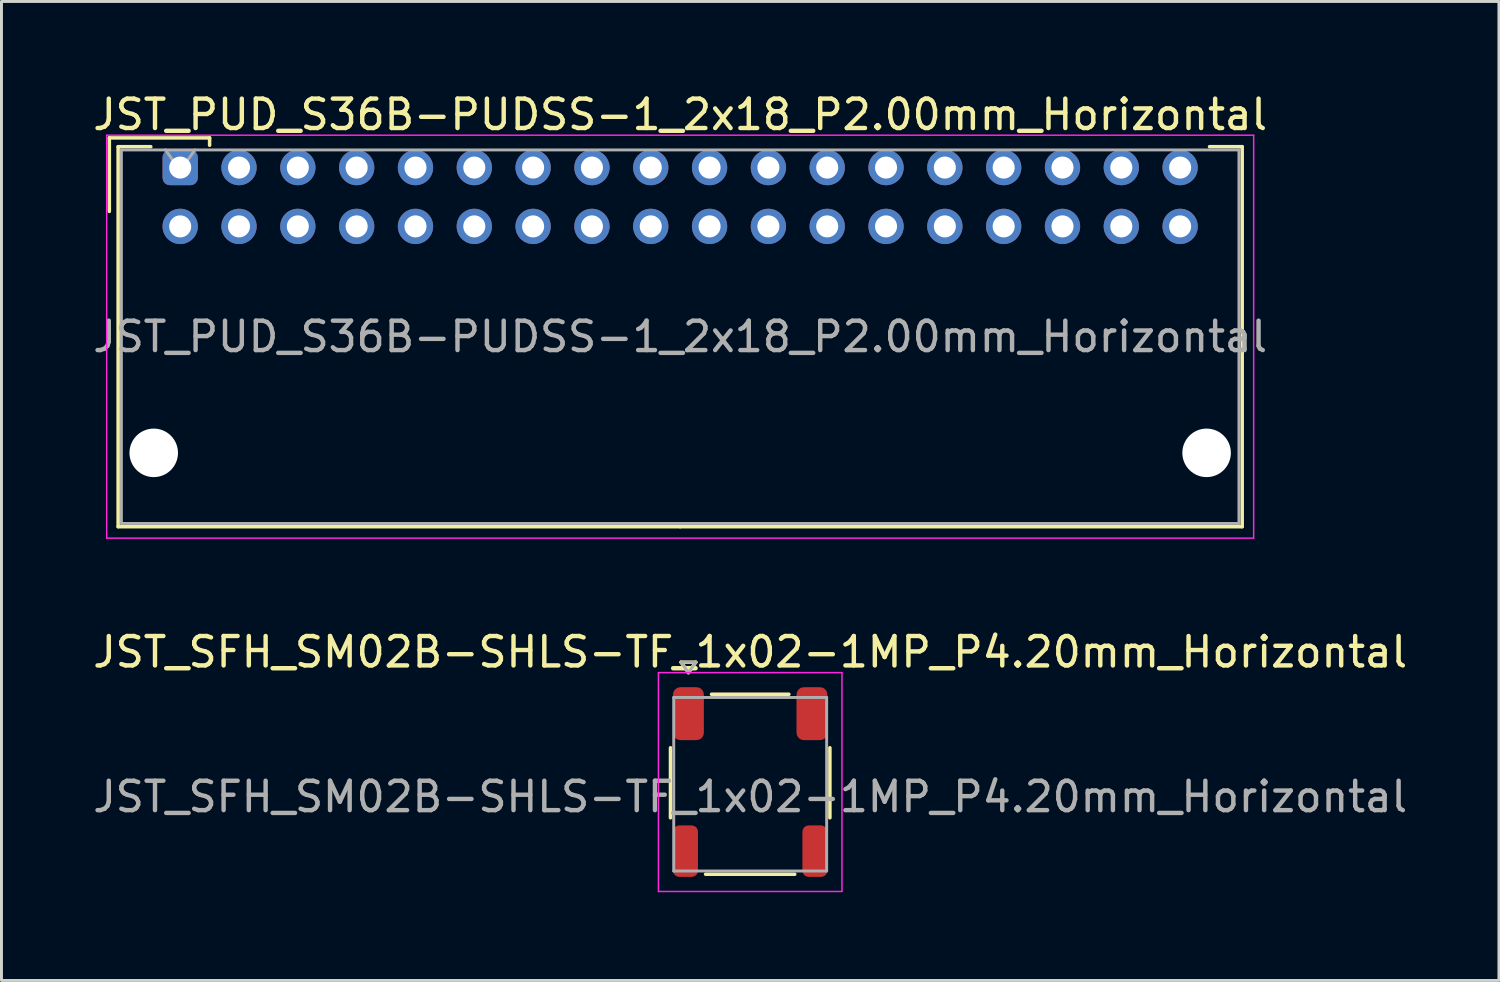
<source format=kicad_pcb>
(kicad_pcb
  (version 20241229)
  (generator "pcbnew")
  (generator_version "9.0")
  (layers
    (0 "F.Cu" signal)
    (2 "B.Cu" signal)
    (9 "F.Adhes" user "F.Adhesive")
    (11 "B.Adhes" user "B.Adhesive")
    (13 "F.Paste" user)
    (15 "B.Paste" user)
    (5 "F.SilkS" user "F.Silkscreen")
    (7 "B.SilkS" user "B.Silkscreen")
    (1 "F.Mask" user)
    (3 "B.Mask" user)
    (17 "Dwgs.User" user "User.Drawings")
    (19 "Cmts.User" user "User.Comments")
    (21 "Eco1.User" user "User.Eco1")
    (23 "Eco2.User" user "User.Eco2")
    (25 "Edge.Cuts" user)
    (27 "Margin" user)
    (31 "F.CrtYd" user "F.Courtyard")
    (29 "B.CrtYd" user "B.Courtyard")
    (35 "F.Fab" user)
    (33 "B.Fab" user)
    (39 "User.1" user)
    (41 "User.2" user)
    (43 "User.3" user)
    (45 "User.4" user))
  (footprint "JST_SFH_SM02B-SHLS-TF_1x02-1MP_P4.20mm_Horizontal"
    (layer "F.Cu")
    (at 22.458 23.541)
    (property "Reference" "JST_SFH_SM02B-SHLS-TF_1x02-1MP_P4.20mm_Horizontal" (at 0 -4.42 0) (layer "F.SilkS") (effects (font (size 1 1) (thickness 0.15))))
    (attr smd)
    (fp_line (start -2.71 -1.165) (end -2.71 1.215) (stroke (width 0.12) (type solid)) (layer "F.SilkS"))
    (fp_line (start -2.35 -4.074) (end -2.1 -3.72) (stroke (width 0.12) (type solid)) (layer "F.SilkS"))
    (fp_line (start -2.1 -3.72) (end -1.85 -4.074) (stroke (width 0.12) (type solid)) (layer "F.SilkS"))
    (fp_line (start -1.85 -4.074) (end -2.35 -4.074) (stroke (width 0.12) (type solid)) (layer "F.SilkS"))
    (fp_line (start -1.515 3.135) (end 1.515 3.135) (stroke (width 0.12) (type solid)) (layer "F.SilkS"))
    (fp_line (start -1.315 -2.985) (end 1.315 -2.985) (stroke (width 0.12) (type solid)) (layer "F.SilkS"))
    (fp_line (start 2.71 -1.165) (end 2.71 1.215) (stroke (width 0.12) (type solid)) (layer "F.SilkS"))
    (fp_line (start -3.12 -3.72) (end -3.12 3.72) (stroke (width 0.05) (type solid)) (layer "F.CrtYd"))
    (fp_line (start -3.12 3.72) (end 3.12 3.72) (stroke (width 0.05) (type solid)) (layer "F.CrtYd"))
    (fp_line (start 3.12 -3.72) (end -3.12 -3.72) (stroke (width 0.05) (type solid)) (layer "F.CrtYd"))
    (fp_line (start 3.12 3.72) (end 3.12 -3.72) (stroke (width 0.05) (type solid)) (layer "F.CrtYd"))
    (fp_line (start -2.6 -2.875) (end -2.6 3.025) (stroke (width 0.1) (type solid)) (layer "F.Fab"))
    (fp_line (start -2.6 -2.875) (end 2.6 -2.875) (stroke (width 0.1) (type solid)) (layer "F.Fab"))
    (fp_line (start -2.6 3.025) (end 2.6 3.025) (stroke (width 0.1) (type solid)) (layer "F.Fab"))
    (fp_line (start -2.35 -4.074) (end -2.1 -3.72) (stroke (width 0.1) (type solid)) (layer "F.Fab"))
    (fp_line (start -2.1 -3.72) (end -1.85 -4.074) (stroke (width 0.1) (type solid)) (layer "F.Fab"))
    (fp_line (start -1.85 -4.074) (end -2.35 -4.074) (stroke (width 0.1) (type solid)) (layer "F.Fab"))
    (fp_line (start 2.6 -2.875) (end 2.6 3.025) (stroke (width 0.1) (type solid)) (layer "F.Fab"))
    (fp_text user "${REFERENCE}" (at 0 0.5 0) (layer "F.Fab") (effects (font (size 1 1) (thickness 0.15))))
    (pad "1" smd roundrect (at -2.1 -2.325) (size 1.05 1.8) (layers "F.Cu" "F.Mask" "F.Paste") (roundrect_rratio 0.238))
    (pad "2" smd roundrect (at 2.1 -2.325) (size 1.05 1.8) (layers "F.Cu" "F.Mask" "F.Paste") (roundrect_rratio 0.238))
    (pad "MP" smd roundrect (at -2.2 2.35) (size 0.85 1.75) (layers "F.Cu" "F.Mask" "F.Paste") (roundrect_rratio 0.25))
    (pad "MP" smd roundrect (at 2.2 2.35) (size 0.85 1.75) (layers "F.Cu" "F.Mask" "F.Paste") (roundrect_rratio 0.25)))
  (footprint "JST_PUD_S36B-PUDSS-1_2x18_P2.00mm_Horizontal"
    (layer "F.Cu")
    (at 3.077 2.648)
    (property "Reference" "JST_PUD_S36B-PUDSS-1_2x18_P2.00mm_Horizontal" (at 17 -1.8 0) (layer "F.SilkS") (effects (font (size 1 1) (thickness 0.15))))
    (attr through_hole)
    (fp_line (start -2.41 -1.01) (end -2.41 1.49) (stroke (width 0.12) (type solid)) (layer "F.SilkS"))
    (fp_line (start -2.11 -0.71) (end -2.11 12.21) (stroke (width 0.12) (type solid)) (layer "F.SilkS"))
    (fp_line (start -2.11 12.21) (end 17 12.21) (stroke (width 0.12) (type solid)) (layer "F.SilkS"))
    (fp_line (start -1 -0.71) (end -2.11 -0.71) (stroke (width 0.12) (type solid)) (layer "F.SilkS"))
    (fp_line (start 1 -1.01) (end -2.41 -1.01) (stroke (width 0.12) (type solid)) (layer "F.SilkS"))
    (fp_line (start 1 -0.76) (end 1 -1.01) (stroke (width 0.12) (type solid)) (layer "F.SilkS"))
    (fp_line (start 35 -0.71) (end 36.11 -0.71) (stroke (width 0.12) (type solid)) (layer "F.SilkS"))
    (fp_line (start 36.11 -0.71) (end 36.11 12.21) (stroke (width 0.12) (type solid)) (layer "F.SilkS"))
    (fp_line (start 36.11 12.21) (end 17 12.21) (stroke (width 0.12) (type solid)) (layer "F.SilkS"))
    (fp_line (start -2.5 -1.1) (end -2.5 12.6) (stroke (width 0.05) (type solid)) (layer "F.CrtYd"))
    (fp_line (start -2.5 12.6) (end 36.5 12.6) (stroke (width 0.05) (type solid)) (layer "F.CrtYd"))
    (fp_line (start 36.5 -1.1) (end -2.5 -1.1) (stroke (width 0.05) (type solid)) (layer "F.CrtYd"))
    (fp_line (start 36.5 12.6) (end 36.5 -1.1) (stroke (width 0.05) (type solid)) (layer "F.CrtYd"))
    (fp_line (start -2 -0.6) (end -2 12.1) (stroke (width 0.1) (type solid)) (layer "F.Fab"))
    (fp_line (start -2 12.1) (end 36 12.1) (stroke (width 0.1) (type solid)) (layer "F.Fab"))
    (fp_line (start 0 0.107) (end -0.5 -0.6) (stroke (width 0.1) (type solid)) (layer "F.Fab"))
    (fp_line (start 0.5 -0.6) (end 0 0.107) (stroke (width 0.1) (type solid)) (layer "F.Fab"))
    (fp_line (start 36 -0.6) (end -2 -0.6) (stroke (width 0.1) (type solid)) (layer "F.Fab"))
    (fp_line (start 36 12.1) (end 36 -0.6) (stroke (width 0.1) (type solid)) (layer "F.Fab"))
    (fp_text user "${REFERENCE}" (at 17 5.75 0) (layer "F.Fab") (effects (font (size 1 1) (thickness 0.15))))
    (pad "" np_thru_hole circle (at -0.9 9.7) (size 1.65 1.65) (drill 1.65) (layers "*.Cu" "*.Mask"))
    (pad "" np_thru_hole circle (at 34.9 9.7) (size 1.65 1.65) (drill 1.65) (layers "*.Cu" "*.Mask"))
    (pad "1" thru_hole roundrect (at 0 0) (size 1.2 1.2) (drill 0.75) (layers "*.Cu" "*.Mask") (roundrect_rratio 0.208))
    (pad "2" thru_hole circle (at 0 2) (size 1.2 1.2) (drill 0.75) (layers "*.Cu" "*.Mask"))
    (pad "3" thru_hole circle (at 2 0) (size 1.2 1.2) (drill 0.75) (layers "*.Cu" "*.Mask"))
    (pad "4" thru_hole circle (at 2 2) (size 1.2 1.2) (drill 0.75) (layers "*.Cu" "*.Mask"))
    (pad "5" thru_hole circle (at 4 0) (size 1.2 1.2) (drill 0.75) (layers "*.Cu" "*.Mask"))
    (pad "6" thru_hole circle (at 4 2) (size 1.2 1.2) (drill 0.75) (layers "*.Cu" "*.Mask"))
    (pad "7" thru_hole circle (at 6 0) (size 1.2 1.2) (drill 0.75) (layers "*.Cu" "*.Mask"))
    (pad "8" thru_hole circle (at 6 2) (size 1.2 1.2) (drill 0.75) (layers "*.Cu" "*.Mask"))
    (pad "9" thru_hole circle (at 8 0) (size 1.2 1.2) (drill 0.75) (layers "*.Cu" "*.Mask"))
    (pad "10" thru_hole circle (at 8 2) (size 1.2 1.2) (drill 0.75) (layers "*.Cu" "*.Mask"))
    (pad "11" thru_hole circle (at 10 0) (size 1.2 1.2) (drill 0.75) (layers "*.Cu" "*.Mask"))
    (pad "12" thru_hole circle (at 10 2) (size 1.2 1.2) (drill 0.75) (layers "*.Cu" "*.Mask"))
    (pad "13" thru_hole circle (at 12 0) (size 1.2 1.2) (drill 0.75) (layers "*.Cu" "*.Mask"))
    (pad "14" thru_hole circle (at 12 2) (size 1.2 1.2) (drill 0.75) (layers "*.Cu" "*.Mask"))
    (pad "15" thru_hole circle (at 14 0) (size 1.2 1.2) (drill 0.75) (layers "*.Cu" "*.Mask"))
    (pad "16" thru_hole circle (at 14 2) (size 1.2 1.2) (drill 0.75) (layers "*.Cu" "*.Mask"))
    (pad "17" thru_hole circle (at 16 0) (size 1.2 1.2) (drill 0.75) (layers "*.Cu" "*.Mask"))
    (pad "18" thru_hole circle (at 16 2) (size 1.2 1.2) (drill 0.75) (layers "*.Cu" "*.Mask"))
    (pad "19" thru_hole circle (at 18 0) (size 1.2 1.2) (drill 0.75) (layers "*.Cu" "*.Mask"))
    (pad "20" thru_hole circle (at 18 2) (size 1.2 1.2) (drill 0.75) (layers "*.Cu" "*.Mask"))
    (pad "21" thru_hole circle (at 20 0) (size 1.2 1.2) (drill 0.75) (layers "*.Cu" "*.Mask"))
    (pad "22" thru_hole circle (at 20 2) (size 1.2 1.2) (drill 0.75) (layers "*.Cu" "*.Mask"))
    (pad "23" thru_hole circle (at 22 0) (size 1.2 1.2) (drill 0.75) (layers "*.Cu" "*.Mask"))
    (pad "24" thru_hole circle (at 22 2) (size 1.2 1.2) (drill 0.75) (layers "*.Cu" "*.Mask"))
    (pad "25" thru_hole circle (at 24 0) (size 1.2 1.2) (drill 0.75) (layers "*.Cu" "*.Mask"))
    (pad "26" thru_hole circle (at 24 2) (size 1.2 1.2) (drill 0.75) (layers "*.Cu" "*.Mask"))
    (pad "27" thru_hole circle (at 26 0) (size 1.2 1.2) (drill 0.75) (layers "*.Cu" "*.Mask"))
    (pad "28" thru_hole circle (at 26 2) (size 1.2 1.2) (drill 0.75) (layers "*.Cu" "*.Mask"))
    (pad "29" thru_hole circle (at 28 0) (size 1.2 1.2) (drill 0.75) (layers "*.Cu" "*.Mask"))
    (pad "30" thru_hole circle (at 28 2) (size 1.2 1.2) (drill 0.75) (layers "*.Cu" "*.Mask"))
    (pad "31" thru_hole circle (at 30 0) (size 1.2 1.2) (drill 0.75) (layers "*.Cu" "*.Mask"))
    (pad "32" thru_hole circle (at 30 2) (size 1.2 1.2) (drill 0.75) (layers "*.Cu" "*.Mask"))
    (pad "33" thru_hole circle (at 32 0) (size 1.2 1.2) (drill 0.75) (layers "*.Cu" "*.Mask"))
    (pad "34" thru_hole circle (at 32 2) (size 1.2 1.2) (drill 0.75) (layers "*.Cu" "*.Mask"))
    (pad "35" thru_hole circle (at 34 0) (size 1.2 1.2) (drill 0.75) (layers "*.Cu" "*.Mask"))
    (pad "36" thru_hole circle (at 34 2) (size 1.2 1.2) (drill 0.75) (layers "*.Cu" "*.Mask")))
  (gr_rect
    (start -3 -3)
    (end 47.917 30.287)
    (stroke (width 0.1) (type default))
    (fill no)
    (layer "Edge.Cuts")))
</source>
